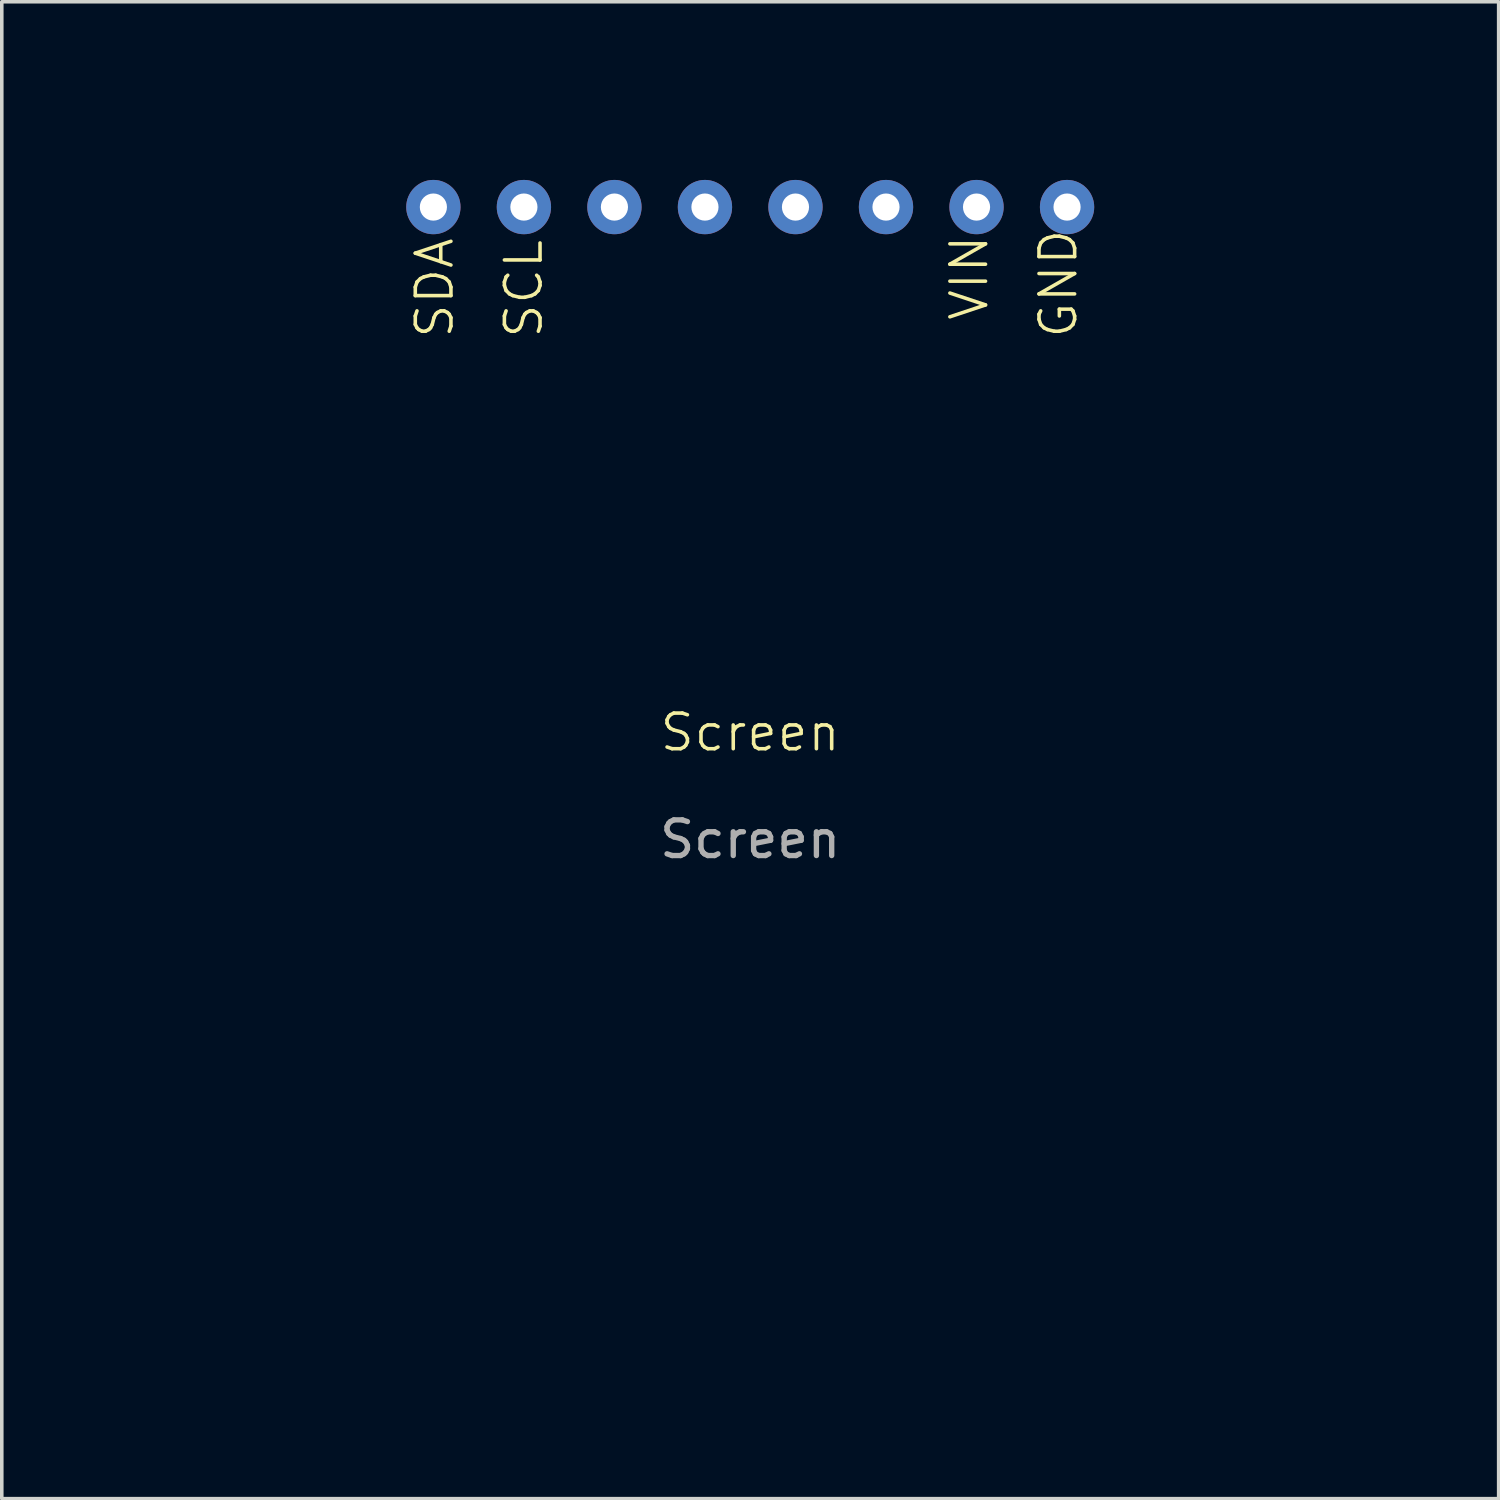
<source format=kicad_pcb>
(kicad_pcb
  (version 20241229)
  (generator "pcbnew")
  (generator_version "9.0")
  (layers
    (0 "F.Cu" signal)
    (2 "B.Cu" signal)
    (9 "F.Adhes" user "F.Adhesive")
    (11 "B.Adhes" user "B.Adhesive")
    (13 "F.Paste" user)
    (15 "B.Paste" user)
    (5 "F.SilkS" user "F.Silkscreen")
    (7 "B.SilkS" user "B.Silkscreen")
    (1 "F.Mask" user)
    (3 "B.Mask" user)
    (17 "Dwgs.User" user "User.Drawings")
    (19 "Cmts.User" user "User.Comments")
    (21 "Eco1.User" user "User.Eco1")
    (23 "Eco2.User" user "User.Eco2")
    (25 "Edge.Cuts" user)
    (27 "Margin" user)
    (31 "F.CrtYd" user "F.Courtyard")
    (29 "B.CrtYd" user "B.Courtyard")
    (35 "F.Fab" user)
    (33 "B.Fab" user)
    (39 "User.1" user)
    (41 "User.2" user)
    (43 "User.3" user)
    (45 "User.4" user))
  (footprint "Screen"
    (layer "F.Cu")
    (at 18 18)
    (property "Reference" "Screen" (at 0 -0.5 0) (unlocked yes) (layer "F.SilkS") (effects (font (size 1 1) (thickness 0.1))))
    (attr through_hole)
    (fp_text user "GND" (at 9.23 -11.5 90) (unlocked yes) (layer "F.SilkS") (effects (font (size 1 1) (thickness 0.1)) (justify left bottom)))
    (fp_text user "VIN" (at 6.73 -12 90) (unlocked yes) (layer "F.SilkS") (effects (font (size 1 1) (thickness 0.1)) (justify left bottom)))
    (fp_text user "SDA" (at -8.27 -11.5 90) (unlocked yes) (layer "F.SilkS") (effects (font (size 1 1) (thickness 0.1)) (justify left bottom)))
    (fp_text user "SCL" (at -5.77 -11.5 90) (unlocked yes) (layer "F.SilkS") (effects (font (size 1 1) (thickness 0.1)) (justify left bottom)))
    (fp_text user "${REFERENCE}" (at 0 2.5 0) (unlocked yes) (layer "F.Fab") (effects (font (size 1 1) (thickness 0.15))))
    (pad "1" thru_hole circle (at -8.89 -15.24) (size 1.524 1.524) (drill 0.762) (layers "*.Cu" "*.Mask"))
    (pad "2" thru_hole circle (at -6.35 -15.24) (size 1.524 1.524) (drill 0.762) (layers "*.Cu" "*.Mask"))
    (pad "3" thru_hole circle (at -3.81 -15.24) (size 1.524 1.524) (drill 0.762) (layers "*.Cu" "*.Mask"))
    (pad "4" thru_hole circle (at -1.27 -15.24) (size 1.524 1.524) (drill 0.762) (layers "*.Cu" "*.Mask"))
    (pad "5" thru_hole circle (at 1.27 -15.24) (size 1.524 1.524) (drill 0.762) (layers "*.Cu" "*.Mask"))
    (pad "6" thru_hole circle (at 3.81 -15.24) (size 1.524 1.524) (drill 0.762) (layers "*.Cu" "*.Mask"))
    (pad "7" thru_hole circle (at 6.35 -15.24) (size 1.524 1.524) (drill 0.762) (layers "*.Cu" "*.Mask"))
    (pad "8" thru_hole circle (at 8.89 -15.24) (size 1.524 1.524) (drill 0.762) (layers "*.Cu" "*.Mask"))
    (zone (net_name "") (layer "F.SilkS") (hatch edge 0.5) (connect_pads) (min_thickness 0.25) (filled_areas_thickness no) (keepout (tracks allowed) (vias allowed) (pads not_allowed) (copperpour allowed) (footprints not_allowed)) (placement (enabled no)) (fill) (polygon (pts (xy 0 0) (xy 36 0) (xy 36 36) (xy 0 36)))))
  (gr_rect
    (start -3 -3)
    (end 39 39)
    (stroke (width 0.1) (type default))
    (fill no)
    (layer "Edge.Cuts")))
</source>
